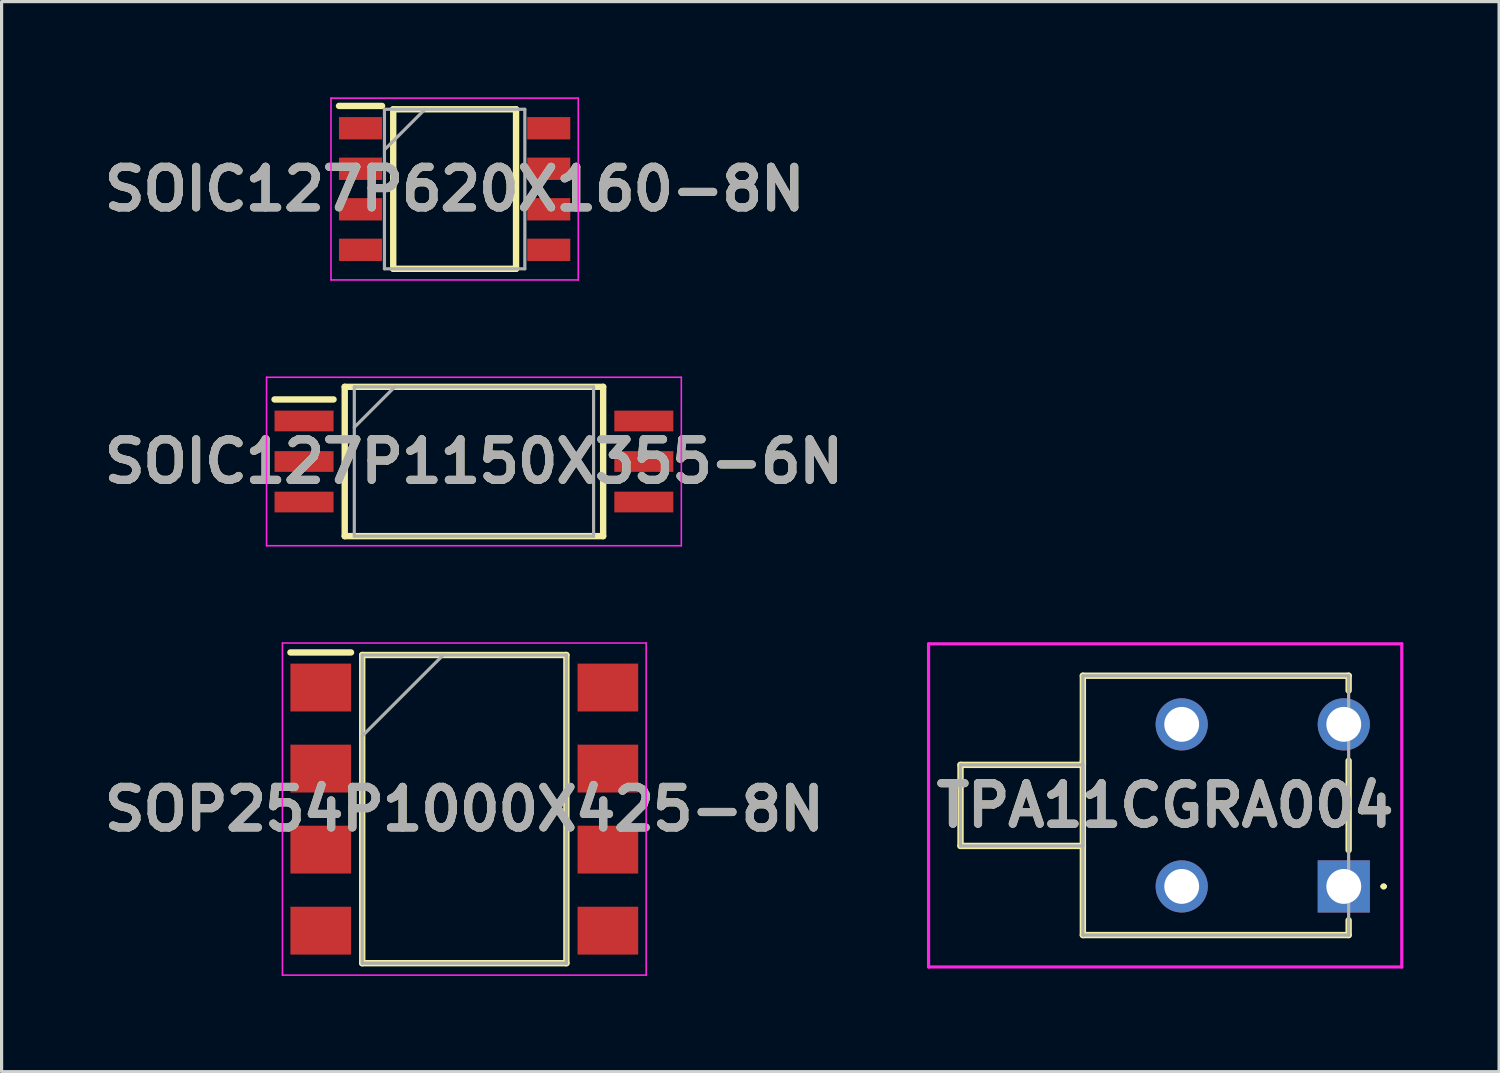
<source format=kicad_pcb>
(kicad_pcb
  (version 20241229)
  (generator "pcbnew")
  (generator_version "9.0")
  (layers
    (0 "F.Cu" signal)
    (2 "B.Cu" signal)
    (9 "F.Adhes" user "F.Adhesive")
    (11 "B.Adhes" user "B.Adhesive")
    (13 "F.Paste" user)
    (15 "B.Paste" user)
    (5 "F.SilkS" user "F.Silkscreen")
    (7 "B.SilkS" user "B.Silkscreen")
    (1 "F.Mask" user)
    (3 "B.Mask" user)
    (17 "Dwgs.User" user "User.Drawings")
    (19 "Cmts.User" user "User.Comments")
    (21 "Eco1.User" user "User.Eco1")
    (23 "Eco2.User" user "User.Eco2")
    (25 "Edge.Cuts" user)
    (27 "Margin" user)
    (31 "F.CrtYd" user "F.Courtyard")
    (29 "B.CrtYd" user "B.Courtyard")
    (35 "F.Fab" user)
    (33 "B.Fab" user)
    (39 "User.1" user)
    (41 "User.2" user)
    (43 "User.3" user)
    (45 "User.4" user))
  (footprint "SOIC127P1150X355-6N"
    (layer "F.Cu")
    (at 11.805 11.415)
    (property "Reference" "SOIC127P1150X355-6N" (at 0 0 0) (layer "F.SilkS") (effects (font (size 1.27 1.27) (thickness 0.254))))
    (attr smd)
    (fp_line (start -6.25 -1.945) (end -4.4 -1.945) (stroke (width 0.2) (type solid)) (layer "F.SilkS"))
    (fp_line (start -4.05 -2.34) (end 4.05 -2.34) (stroke (width 0.2) (type solid)) (layer "F.SilkS"))
    (fp_line (start -4.05 2.34) (end -4.05 -2.34) (stroke (width 0.2) (type solid)) (layer "F.SilkS"))
    (fp_line (start 4.05 -2.34) (end 4.05 2.34) (stroke (width 0.2) (type solid)) (layer "F.SilkS"))
    (fp_line (start 4.05 2.34) (end -4.05 2.34) (stroke (width 0.2) (type solid)) (layer "F.SilkS"))
    (fp_line (start -6.5 -2.64) (end 6.5 -2.64) (stroke (width 0.05) (type solid)) (layer "F.CrtYd"))
    (fp_line (start -6.5 2.64) (end -6.5 -2.64) (stroke (width 0.05) (type solid)) (layer "F.CrtYd"))
    (fp_line (start 6.5 -2.64) (end 6.5 2.64) (stroke (width 0.05) (type solid)) (layer "F.CrtYd"))
    (fp_line (start 6.5 2.64) (end -6.5 2.64) (stroke (width 0.05) (type solid)) (layer "F.CrtYd"))
    (fp_line (start -3.75 -2.34) (end 3.75 -2.34) (stroke (width 0.1) (type solid)) (layer "F.Fab"))
    (fp_line (start -3.75 -1.07) (end -2.48 -2.34) (stroke (width 0.1) (type solid)) (layer "F.Fab"))
    (fp_line (start -3.75 2.34) (end -3.75 -2.34) (stroke (width 0.1) (type solid)) (layer "F.Fab"))
    (fp_line (start 3.75 -2.34) (end 3.75 2.34) (stroke (width 0.1) (type solid)) (layer "F.Fab"))
    (fp_line (start 3.75 2.34) (end -3.75 2.34) (stroke (width 0.1) (type solid)) (layer "F.Fab"))
    (fp_text user "${REFERENCE}" (at 0 0 0) (layer "F.Fab") (effects (font (size 1.27 1.27) (thickness 0.254))))
    (pad "1" smd rect (at -5.325 -1.27 90) (size 0.65 1.85) (layers "F.Cu" "F.Mask" "F.Paste"))
    (pad "2" smd rect (at -5.325 0 90) (size 0.65 1.85) (layers "F.Cu" "F.Mask" "F.Paste"))
    (pad "3" smd rect (at -5.325 1.27 90) (size 0.65 1.85) (layers "F.Cu" "F.Mask" "F.Paste"))
    (pad "4" smd rect (at 5.325 1.27 90) (size 0.65 1.85) (layers "F.Cu" "F.Mask" "F.Paste"))
    (pad "5" smd rect (at 5.325 0 90) (size 0.65 1.85) (layers "F.Cu" "F.Mask" "F.Paste"))
    (pad "6" smd rect (at 5.325 -1.27 90) (size 0.65 1.85) (layers "F.Cu" "F.Mask" "F.Paste")))
  (footprint "SOIC127P620X160-8N"
    (layer "F.Cu")
    (at 11.2 2.875)
    (property "Reference" "SOIC127P620X160-8N" (at 0 0 0) (layer "F.SilkS") (effects (font (size 1.27 1.27) (thickness 0.254))))
    (attr smd)
    (fp_line (start -3.625 -2.605) (end -2.275 -2.605) (stroke (width 0.2) (type solid)) (layer "F.SilkS"))
    (fp_line (start -1.925 -2.5) (end 1.925 -2.5) (stroke (width 0.2) (type solid)) (layer "F.SilkS"))
    (fp_line (start -1.925 2.5) (end -1.925 -2.5) (stroke (width 0.2) (type solid)) (layer "F.SilkS"))
    (fp_line (start 1.925 -2.5) (end 1.925 2.5) (stroke (width 0.2) (type solid)) (layer "F.SilkS"))
    (fp_line (start 1.925 2.5) (end -1.925 2.5) (stroke (width 0.2) (type solid)) (layer "F.SilkS"))
    (fp_line (start -3.875 -2.85) (end 3.875 -2.85) (stroke (width 0.05) (type solid)) (layer "F.CrtYd"))
    (fp_line (start -3.875 2.85) (end -3.875 -2.85) (stroke (width 0.05) (type solid)) (layer "F.CrtYd"))
    (fp_line (start 3.875 -2.85) (end 3.875 2.85) (stroke (width 0.05) (type solid)) (layer "F.CrtYd"))
    (fp_line (start 3.875 2.85) (end -3.875 2.85) (stroke (width 0.05) (type solid)) (layer "F.CrtYd"))
    (fp_line (start -2.2 -2.5) (end 2.2 -2.5) (stroke (width 0.1) (type solid)) (layer "F.Fab"))
    (fp_line (start -2.2 -1.23) (end -0.93 -2.5) (stroke (width 0.1) (type solid)) (layer "F.Fab"))
    (fp_line (start -2.2 2.5) (end -2.2 -2.5) (stroke (width 0.1) (type solid)) (layer "F.Fab"))
    (fp_line (start 2.2 -2.5) (end 2.2 2.5) (stroke (width 0.1) (type solid)) (layer "F.Fab"))
    (fp_line (start 2.2 2.5) (end -2.2 2.5) (stroke (width 0.1) (type solid)) (layer "F.Fab"))
    (fp_text user "${REFERENCE}" (at 0 0 0) (layer "F.Fab") (effects (font (size 1.27 1.27) (thickness 0.254))))
    (pad "1" smd rect (at -2.95 -1.905 90) (size 0.7 1.35) (layers "F.Cu" "F.Paste"))
    (pad "2" smd rect (at -2.95 -0.635 90) (size 0.7 1.35) (layers "F.Cu" "F.Paste"))
    (pad "3" smd rect (at -2.95 0.635 90) (size 0.7 1.35) (layers "F.Cu" "F.Paste"))
    (pad "4" smd rect (at -2.95 1.905 90) (size 0.7 1.35) (layers "F.Cu" "F.Paste"))
    (pad "5" smd rect (at 2.95 1.905 90) (size 0.7 1.35) (layers "F.Cu" "F.Paste"))
    (pad "6" smd rect (at 2.95 0.635 90) (size 0.7 1.35) (layers "F.Cu" "F.Paste"))
    (pad "7" smd rect (at 2.95 -0.635 90) (size 0.7 1.35) (layers "F.Cu" "F.Paste"))
    (pad "8" smd rect (at 2.95 -1.905 90) (size 0.7 1.35) (layers "F.Cu" "F.Paste")))
  (footprint "TPA11CGRA004"
    (layer "F.Cu")
    (at 39.069 24.734)
    (property "Reference" "TPA11CGRA004" (at -5.598 -2.54 0) (layer "F.SilkS") (effects (font (size 1.27 1.27) (thickness 0.254))))
    (attr through_hole)
    (fp_line (start -12.013 -3.81) (end -8.178 -3.81) (stroke (width 0.2) (type solid)) (layer "F.SilkS"))
    (fp_line (start -12.013 -1.27) (end -12.013 -3.81) (stroke (width 0.2) (type solid)) (layer "F.SilkS"))
    (fp_line (start -8.178 -6.604) (end 0.152 -6.604) (stroke (width 0.2) (type solid)) (layer "F.SilkS"))
    (fp_line (start -8.178 -3.81) (end -8.178 -6.604) (stroke (width 0.2) (type solid)) (layer "F.SilkS"))
    (fp_line (start -8.178 -1.27) (end -12.013 -1.27) (stroke (width 0.2) (type solid)) (layer "F.SilkS"))
    (fp_line (start -8.178 -1.27) (end -8.178 -3.94) (stroke (width 0.2) (type solid)) (layer "F.SilkS"))
    (fp_line (start -8.178 1.524) (end -8.178 -1.27) (stroke (width 0.2) (type solid)) (layer "F.SilkS"))
    (fp_line (start 0.152 -6.604) (end 0.152 -6.14) (stroke (width 0.2) (type solid)) (layer "F.SilkS"))
    (fp_line (start 0.152 -1.14) (end 0.152 -3.94) (stroke (width 0.2) (type solid)) (layer "F.SilkS"))
    (fp_line (start 0.152 1.06) (end 0.152 1.524) (stroke (width 0.2) (type solid)) (layer "F.SilkS"))
    (fp_line (start 0.152 1.524) (end -8.178 1.524) (stroke (width 0.2) (type solid)) (layer "F.SilkS"))
    (fp_line (start 1.2 0) (end 1.2 0) (stroke (width 0.1) (type solid)) (layer "F.SilkS"))
    (fp_line (start 1.3 0) (end 1.3 0) (stroke (width 0.1) (type solid)) (layer "F.SilkS"))
    (fp_arc (start 1.2 0) (mid 1.25 -0.05) (end 1.3 0) (stroke (width 0.1) (type solid)) (layer "F.SilkS"))
    (fp_arc (start 1.3 0) (mid 1.25 0.05) (end 1.2 0) (stroke (width 0.1) (type solid)) (layer "F.SilkS"))
    (fp_line (start -13.014 -7.604) (end 1.818 -7.604) (stroke (width 0.1) (type solid)) (layer "F.CrtYd"))
    (fp_line (start -13.014 2.524) (end -13.014 -7.604) (stroke (width 0.1) (type solid)) (layer "F.CrtYd"))
    (fp_line (start 1.818 -7.604) (end 1.818 2.524) (stroke (width 0.1) (type solid)) (layer "F.CrtYd"))
    (fp_line (start 1.818 2.524) (end -13.014 2.524) (stroke (width 0.1) (type solid)) (layer "F.CrtYd"))
    (fp_line (start -12.014 -3.81) (end -8.178 -3.81) (stroke (width 0.1) (type solid)) (layer "F.Fab"))
    (fp_line (start -12.014 -1.27) (end -12.014 -3.81) (stroke (width 0.1) (type solid)) (layer "F.Fab"))
    (fp_line (start -8.178 -6.604) (end -8.178 1.524) (stroke (width 0.1) (type solid)) (layer "F.Fab"))
    (fp_line (start -8.178 -3.81) (end -8.178 -1.27) (stroke (width 0.1) (type solid)) (layer "F.Fab"))
    (fp_line (start -8.178 -1.27) (end -12.014 -1.27) (stroke (width 0.1) (type solid)) (layer "F.Fab"))
    (fp_line (start -8.178 1.524) (end 0.152 1.524) (stroke (width 0.1) (type solid)) (layer "F.Fab"))
    (fp_line (start 0.152 -6.604) (end -8.178 -6.604) (stroke (width 0.1) (type solid)) (layer "F.Fab"))
    (fp_line (start 0.152 1.524) (end 0.152 -6.604) (stroke (width 0.1) (type solid)) (layer "F.Fab"))
    (fp_text user "${REFERENCE}" (at -5.598 -2.54 0) (layer "F.Fab") (effects (font (size 1.27 1.27) (thickness 0.254))))
    (pad "1" thru_hole rect (at 0 0) (size 1.635 1.635) (drill 1.092) (layers "*.Cu" "*.Mask"))
    (pad "3" thru_hole circle (at 0 -5.08) (size 1.635 1.635) (drill 1.092) (layers "*.Cu" "*.Mask"))
    (pad "MH1" thru_hole circle (at -5.08 0) (size 1.635 1.635) (drill 1.092) (layers "*.Cu" "*.Mask"))
    (pad "MH2" thru_hole circle (at -5.08 -5.08) (size 1.635 1.635) (drill 1.092) (layers "*.Cu" "*.Mask")))
  (footprint "SOP254P1000X425-8N"
    (layer "F.Cu")
    (at 11.503 22.31)
    (property "Reference" "SOP254P1000X425-8N" (at 0 0 0) (layer "F.SilkS") (effects (font (size 1.27 1.27) (thickness 0.254))))
    (attr smd)
    (fp_line (start -5.45 -4.91) (end -3.55 -4.91) (stroke (width 0.2) (type solid)) (layer "F.SilkS"))
    (fp_line (start -3.2 -4.83) (end 3.2 -4.83) (stroke (width 0.2) (type solid)) (layer "F.SilkS"))
    (fp_line (start -3.2 4.83) (end -3.2 -4.83) (stroke (width 0.2) (type solid)) (layer "F.SilkS"))
    (fp_line (start 3.2 -4.83) (end 3.2 4.83) (stroke (width 0.2) (type solid)) (layer "F.SilkS"))
    (fp_line (start 3.2 4.83) (end -3.2 4.83) (stroke (width 0.2) (type solid)) (layer "F.SilkS"))
    (fp_line (start -5.7 -5.205) (end 5.7 -5.205) (stroke (width 0.05) (type solid)) (layer "F.CrtYd"))
    (fp_line (start -5.7 5.205) (end -5.7 -5.205) (stroke (width 0.05) (type solid)) (layer "F.CrtYd"))
    (fp_line (start 5.7 -5.205) (end 5.7 5.205) (stroke (width 0.05) (type solid)) (layer "F.CrtYd"))
    (fp_line (start 5.7 5.205) (end -5.7 5.205) (stroke (width 0.05) (type solid)) (layer "F.CrtYd"))
    (fp_line (start -3.2 -4.83) (end 3.2 -4.83) (stroke (width 0.1) (type solid)) (layer "F.Fab"))
    (fp_line (start -3.2 -2.29) (end -0.66 -4.83) (stroke (width 0.1) (type solid)) (layer "F.Fab"))
    (fp_line (start -3.2 4.83) (end -3.2 -4.83) (stroke (width 0.1) (type solid)) (layer "F.Fab"))
    (fp_line (start 3.2 -4.83) (end 3.2 4.83) (stroke (width 0.1) (type solid)) (layer "F.Fab"))
    (fp_line (start 3.2 4.83) (end -3.2 4.83) (stroke (width 0.1) (type solid)) (layer "F.Fab"))
    (fp_text user "${REFERENCE}" (at 0 0 0) (layer "F.Fab") (effects (font (size 1.27 1.27) (thickness 0.254))))
    (pad "1" smd rect (at -4.5 -3.81 90) (size 1.5 1.9) (layers "F.Cu" "F.Mask" "F.Paste"))
    (pad "2" smd rect (at -4.5 -1.27 90) (size 1.5 1.9) (layers "F.Cu" "F.Mask" "F.Paste"))
    (pad "3" smd rect (at -4.5 1.27 90) (size 1.5 1.9) (layers "F.Cu" "F.Mask" "F.Paste"))
    (pad "4" smd rect (at -4.5 3.81 90) (size 1.5 1.9) (layers "F.Cu" "F.Mask" "F.Paste"))
    (pad "5" smd rect (at 4.5 3.81 90) (size 1.5 1.9) (layers "F.Cu" "F.Mask" "F.Paste"))
    (pad "6" smd rect (at 4.5 1.27 90) (size 1.5 1.9) (layers "F.Cu" "F.Mask" "F.Paste"))
    (pad "7" smd rect (at 4.5 -1.27 90) (size 1.5 1.9) (layers "F.Cu" "F.Mask" "F.Paste"))
    (pad "8" smd rect (at 4.5 -3.81 90) (size 1.5 1.9) (layers "F.Cu" "F.Mask" "F.Paste")))
  (gr_rect
    (start -3 -3)
    (end 43.937 30.54)
    (stroke (width 0.1) (type default))
    (fill no)
    (layer "Edge.Cuts")))
</source>
